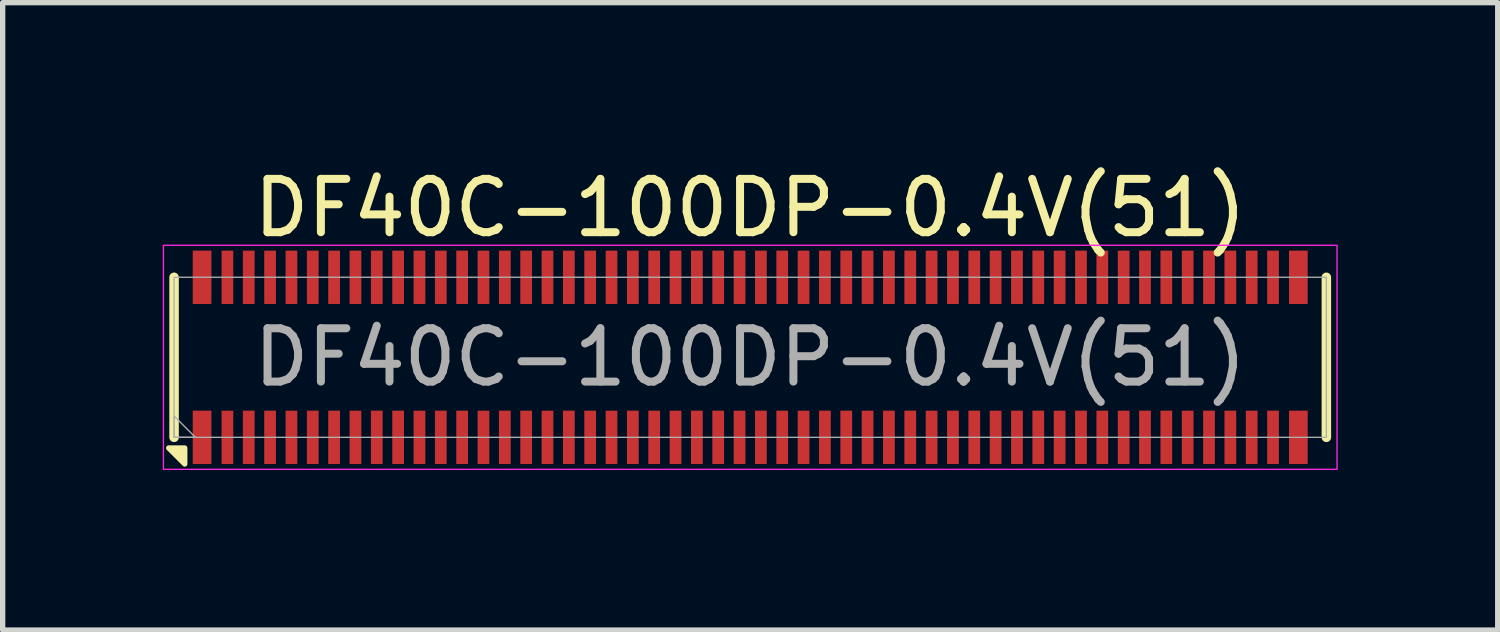
<source format=kicad_pcb>
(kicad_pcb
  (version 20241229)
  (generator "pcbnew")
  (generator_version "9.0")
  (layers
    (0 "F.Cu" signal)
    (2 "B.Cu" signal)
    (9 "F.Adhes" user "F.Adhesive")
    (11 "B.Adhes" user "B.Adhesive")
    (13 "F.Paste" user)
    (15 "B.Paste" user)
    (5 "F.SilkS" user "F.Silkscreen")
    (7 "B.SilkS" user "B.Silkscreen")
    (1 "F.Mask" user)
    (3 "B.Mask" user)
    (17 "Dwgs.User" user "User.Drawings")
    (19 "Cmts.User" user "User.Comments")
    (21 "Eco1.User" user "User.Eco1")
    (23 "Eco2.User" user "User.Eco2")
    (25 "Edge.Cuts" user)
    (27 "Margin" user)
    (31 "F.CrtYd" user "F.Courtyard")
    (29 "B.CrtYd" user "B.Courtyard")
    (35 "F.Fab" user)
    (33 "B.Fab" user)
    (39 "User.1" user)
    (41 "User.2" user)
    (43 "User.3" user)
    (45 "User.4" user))
  (footprint "DF40C-100DP-0.4V(51)"
    (layer "F.Cu")
    (at 11.013 3.648)
    (property "Reference" "DF40C-100DP-0.4V(51)" (at 0 -2.8 0) (unlocked yes) (layer "F.SilkS") (effects (font (size 1 1) (thickness 0.15))))
    (attr smd)
    (fp_line (start -10.8 1.5) (end -10.8 -1.5) (stroke (width 0.178) (type solid)) (layer "F.SilkS"))
    (fp_line (start 10.8 1.5) (end 10.8 -1.5) (stroke (width 0.178) (type solid)) (layer "F.SilkS"))
    (fp_poly (pts (xy -10.9 1.7) (xy -10.6 1.7) (xy -10.6 2)) (stroke (width 0.1) (type solid)) (fill yes) (layer "F.SilkS"))
    (fp_rect (start -11 2.1) (end 11 -2.1) (stroke (width 0.025) (type solid)) (fill no) (layer "F.CrtYd"))
    (fp_rect (start -10.8 -1.5) (end 10.8 1.5) (stroke (width 0.025) (type solid)) (fill no) (layer "F.Fab"))
    (fp_poly (pts (xy -10.8 1.1) (xy -10.8 1.5) (xy -10.4 1.5)) (stroke (width 0.025) (type solid)) (fill no) (layer "F.Fab"))
    (fp_text user "${REFERENCE}" (at 0 0 0) (unlocked yes) (layer "F.Fab") (effects (font (size 1 1) (thickness 0.15))))
    (pad "1" smd rect (at -9.8 1.5) (size 0.22 1) (layers "F.Cu" "F.Mask" "F.Paste"))
    (pad "2" smd rect (at -9.8 -1.5) (size 0.22 1) (layers "F.Cu" "F.Mask" "F.Paste"))
    (pad "3" smd rect (at -9.4 1.5) (size 0.22 1) (layers "F.Cu" "F.Mask" "F.Paste"))
    (pad "4" smd rect (at -9.4 -1.5) (size 0.22 1) (layers "F.Cu" "F.Mask" "F.Paste"))
    (pad "5" smd rect (at -9 1.5) (size 0.22 1) (layers "F.Cu" "F.Mask" "F.Paste"))
    (pad "6" smd rect (at -9 -1.5) (size 0.22 1) (layers "F.Cu" "F.Mask" "F.Paste"))
    (pad "7" smd rect (at -8.6 1.5) (size 0.22 1) (layers "F.Cu" "F.Mask" "F.Paste"))
    (pad "8" smd rect (at -8.6 -1.5) (size 0.22 1) (layers "F.Cu" "F.Mask" "F.Paste"))
    (pad "9" smd rect (at -8.2 1.5) (size 0.22 1) (layers "F.Cu" "F.Mask" "F.Paste"))
    (pad "10" smd rect (at -8.2 -1.5) (size 0.22 1) (layers "F.Cu" "F.Mask" "F.Paste"))
    (pad "11" smd rect (at -7.8 1.5) (size 0.22 1) (layers "F.Cu" "F.Mask" "F.Paste"))
    (pad "12" smd rect (at -7.8 -1.5) (size 0.22 1) (layers "F.Cu" "F.Mask" "F.Paste"))
    (pad "13" smd rect (at -7.4 1.5) (size 0.22 1) (layers "F.Cu" "F.Mask" "F.Paste"))
    (pad "14" smd rect (at -7.4 -1.5) (size 0.22 1) (layers "F.Cu" "F.Mask" "F.Paste"))
    (pad "15" smd rect (at -7 1.5) (size 0.22 1) (layers "F.Cu" "F.Mask" "F.Paste"))
    (pad "16" smd rect (at -7 -1.5) (size 0.22 1) (layers "F.Cu" "F.Mask" "F.Paste"))
    (pad "17" smd rect (at -6.6 1.5) (size 0.22 1) (layers "F.Cu" "F.Mask" "F.Paste"))
    (pad "18" smd rect (at -6.6 -1.5) (size 0.22 1) (layers "F.Cu" "F.Mask" "F.Paste"))
    (pad "19" smd rect (at -6.2 1.5) (size 0.22 1) (layers "F.Cu" "F.Mask" "F.Paste"))
    (pad "20" smd rect (at -6.2 -1.5) (size 0.22 1) (layers "F.Cu" "F.Mask" "F.Paste"))
    (pad "21" smd rect (at -5.8 1.5) (size 0.22 1) (layers "F.Cu" "F.Mask" "F.Paste"))
    (pad "22" smd rect (at -5.8 -1.5) (size 0.22 1) (layers "F.Cu" "F.Mask" "F.Paste"))
    (pad "23" smd rect (at -5.4 1.5) (size 0.22 1) (layers "F.Cu" "F.Mask" "F.Paste"))
    (pad "24" smd rect (at -5.4 -1.5) (size 0.22 1) (layers "F.Cu" "F.Mask" "F.Paste"))
    (pad "25" smd rect (at -5 1.5) (size 0.22 1) (layers "F.Cu" "F.Mask" "F.Paste"))
    (pad "26" smd rect (at -5 -1.5) (size 0.22 1) (layers "F.Cu" "F.Mask" "F.Paste"))
    (pad "27" smd rect (at -4.6 1.5) (size 0.22 1) (layers "F.Cu" "F.Mask" "F.Paste"))
    (pad "28" smd rect (at -4.6 -1.5) (size 0.22 1) (layers "F.Cu" "F.Mask" "F.Paste"))
    (pad "29" smd rect (at -4.2 1.5) (size 0.22 1) (layers "F.Cu" "F.Mask" "F.Paste"))
    (pad "30" smd rect (at -4.2 -1.5) (size 0.22 1) (layers "F.Cu" "F.Mask" "F.Paste"))
    (pad "31" smd rect (at -3.8 1.5) (size 0.22 1) (layers "F.Cu" "F.Mask" "F.Paste"))
    (pad "32" smd rect (at -3.8 -1.5) (size 0.22 1) (layers "F.Cu" "F.Mask" "F.Paste"))
    (pad "33" smd rect (at -3.4 1.5) (size 0.22 1) (layers "F.Cu" "F.Mask" "F.Paste"))
    (pad "34" smd rect (at -3.4 -1.5) (size 0.22 1) (layers "F.Cu" "F.Mask" "F.Paste"))
    (pad "35" smd rect (at -3 1.5) (size 0.22 1) (layers "F.Cu" "F.Mask" "F.Paste"))
    (pad "36" smd rect (at -3 -1.5) (size 0.22 1) (layers "F.Cu" "F.Mask" "F.Paste"))
    (pad "37" smd rect (at -2.6 1.5) (size 0.22 1) (layers "F.Cu" "F.Mask" "F.Paste"))
    (pad "38" smd rect (at -2.6 -1.5) (size 0.22 1) (layers "F.Cu" "F.Mask" "F.Paste"))
    (pad "39" smd rect (at -2.2 1.5) (size 0.22 1) (layers "F.Cu" "F.Mask" "F.Paste"))
    (pad "40" smd rect (at -2.2 -1.5) (size 0.22 1) (layers "F.Cu" "F.Mask" "F.Paste"))
    (pad "41" smd rect (at -1.8 1.5) (size 0.22 1) (layers "F.Cu" "F.Mask" "F.Paste"))
    (pad "42" smd rect (at -1.8 -1.5) (size 0.22 1) (layers "F.Cu" "F.Mask" "F.Paste"))
    (pad "43" smd rect (at -1.4 1.5) (size 0.22 1) (layers "F.Cu" "F.Mask" "F.Paste"))
    (pad "44" smd rect (at -1.4 -1.5) (size 0.22 1) (layers "F.Cu" "F.Mask" "F.Paste"))
    (pad "45" smd rect (at -1 1.5) (size 0.22 1) (layers "F.Cu" "F.Mask" "F.Paste"))
    (pad "46" smd rect (at -1 -1.5) (size 0.22 1) (layers "F.Cu" "F.Mask" "F.Paste"))
    (pad "47" smd rect (at -0.6 1.5) (size 0.22 1) (layers "F.Cu" "F.Mask" "F.Paste"))
    (pad "48" smd rect (at -0.6 -1.5) (size 0.22 1) (layers "F.Cu" "F.Mask" "F.Paste"))
    (pad "49" smd rect (at -0.2 1.5) (size 0.22 1) (layers "F.Cu" "F.Mask" "F.Paste"))
    (pad "50" smd rect (at -0.2 -1.5) (size 0.22 1) (layers "F.Cu" "F.Mask" "F.Paste"))
    (pad "51" smd rect (at 0.2 1.5) (size 0.22 1) (layers "F.Cu" "F.Mask" "F.Paste"))
    (pad "52" smd rect (at 0.2 -1.5) (size 0.22 1) (layers "F.Cu" "F.Mask" "F.Paste"))
    (pad "53" smd rect (at 0.6 1.5) (size 0.22 1) (layers "F.Cu" "F.Mask" "F.Paste"))
    (pad "54" smd rect (at 0.6 -1.5) (size 0.22 1) (layers "F.Cu" "F.Mask" "F.Paste"))
    (pad "55" smd rect (at 1 1.5) (size 0.22 1) (layers "F.Cu" "F.Mask" "F.Paste"))
    (pad "56" smd rect (at 1 -1.5) (size 0.22 1) (layers "F.Cu" "F.Mask" "F.Paste"))
    (pad "57" smd rect (at 1.4 1.5) (size 0.22 1) (layers "F.Cu" "F.Mask" "F.Paste"))
    (pad "58" smd rect (at 1.4 -1.5) (size 0.22 1) (layers "F.Cu" "F.Mask" "F.Paste"))
    (pad "59" smd rect (at 1.8 1.5) (size 0.22 1) (layers "F.Cu" "F.Mask" "F.Paste"))
    (pad "60" smd rect (at 1.8 -1.5) (size 0.22 1) (layers "F.Cu" "F.Mask" "F.Paste"))
    (pad "61" smd rect (at 2.2 1.5) (size 0.22 1) (layers "F.Cu" "F.Mask" "F.Paste"))
    (pad "62" smd rect (at 2.2 -1.5) (size 0.22 1) (layers "F.Cu" "F.Mask" "F.Paste"))
    (pad "63" smd rect (at 2.6 1.5) (size 0.22 1) (layers "F.Cu" "F.Mask" "F.Paste"))
    (pad "64" smd rect (at 2.6 -1.5) (size 0.22 1) (layers "F.Cu" "F.Mask" "F.Paste"))
    (pad "65" smd rect (at 3 1.5) (size 0.22 1) (layers "F.Cu" "F.Mask" "F.Paste"))
    (pad "66" smd rect (at 3 -1.5) (size 0.22 1) (layers "F.Cu" "F.Mask" "F.Paste"))
    (pad "67" smd rect (at 3.4 1.5) (size 0.22 1) (layers "F.Cu" "F.Mask" "F.Paste"))
    (pad "68" smd rect (at 3.4 -1.5) (size 0.22 1) (layers "F.Cu" "F.Mask" "F.Paste"))
    (pad "69" smd rect (at 3.8 1.5) (size 0.22 1) (layers "F.Cu" "F.Mask" "F.Paste"))
    (pad "70" smd rect (at 3.8 -1.5) (size 0.22 1) (layers "F.Cu" "F.Mask" "F.Paste"))
    (pad "71" smd rect (at 4.2 1.5) (size 0.22 1) (layers "F.Cu" "F.Mask" "F.Paste"))
    (pad "72" smd rect (at 4.2 -1.5) (size 0.22 1) (layers "F.Cu" "F.Mask" "F.Paste"))
    (pad "73" smd rect (at 4.6 1.5) (size 0.22 1) (layers "F.Cu" "F.Mask" "F.Paste"))
    (pad "74" smd rect (at 4.6 -1.5) (size 0.22 1) (layers "F.Cu" "F.Mask" "F.Paste"))
    (pad "75" smd rect (at 5 1.5) (size 0.22 1) (layers "F.Cu" "F.Mask" "F.Paste"))
    (pad "76" smd rect (at 5 -1.5) (size 0.22 1) (layers "F.Cu" "F.Mask" "F.Paste"))
    (pad "77" smd rect (at 5.4 1.5) (size 0.22 1) (layers "F.Cu" "F.Mask" "F.Paste"))
    (pad "78" smd rect (at 5.4 -1.5) (size 0.22 1) (layers "F.Cu" "F.Mask" "F.Paste"))
    (pad "79" smd rect (at 5.8 1.5) (size 0.22 1) (layers "F.Cu" "F.Mask" "F.Paste"))
    (pad "80" smd rect (at 5.8 -1.5) (size 0.22 1) (layers "F.Cu" "F.Mask" "F.Paste"))
    (pad "81" smd rect (at 6.2 1.5) (size 0.22 1) (layers "F.Cu" "F.Mask" "F.Paste"))
    (pad "82" smd rect (at 6.2 -1.5) (size 0.22 1) (layers "F.Cu" "F.Mask" "F.Paste"))
    (pad "83" smd rect (at 6.6 1.5) (size 0.22 1) (layers "F.Cu" "F.Mask" "F.Paste"))
    (pad "84" smd rect (at 6.6 -1.5) (size 0.22 1) (layers "F.Cu" "F.Mask" "F.Paste"))
    (pad "85" smd rect (at 7 1.5) (size 0.22 1) (layers "F.Cu" "F.Mask" "F.Paste"))
    (pad "86" smd rect (at 7 -1.5) (size 0.22 1) (layers "F.Cu" "F.Mask" "F.Paste"))
    (pad "87" smd rect (at 7.4 1.5) (size 0.22 1) (layers "F.Cu" "F.Mask" "F.Paste"))
    (pad "88" smd rect (at 7.4 -1.5) (size 0.22 1) (layers "F.Cu" "F.Mask" "F.Paste"))
    (pad "89" smd rect (at 7.8 1.5) (size 0.22 1) (layers "F.Cu" "F.Mask" "F.Paste"))
    (pad "90" smd rect (at 7.8 -1.5) (size 0.22 1) (layers "F.Cu" "F.Mask" "F.Paste"))
    (pad "91" smd rect (at 8.2 1.5) (size 0.22 1) (layers "F.Cu" "F.Mask" "F.Paste"))
    (pad "92" smd rect (at 8.2 -1.5) (size 0.22 1) (layers "F.Cu" "F.Mask" "F.Paste"))
    (pad "93" smd rect (at 8.6 1.5) (size 0.22 1) (layers "F.Cu" "F.Mask" "F.Paste"))
    (pad "94" smd rect (at 8.6 -1.5) (size 0.22 1) (layers "F.Cu" "F.Mask" "F.Paste"))
    (pad "95" smd rect (at 9 1.5) (size 0.22 1) (layers "F.Cu" "F.Mask" "F.Paste"))
    (pad "96" smd rect (at 9 -1.5) (size 0.22 1) (layers "F.Cu" "F.Mask" "F.Paste"))
    (pad "97" smd rect (at 9.4 1.5) (size 0.22 1) (layers "F.Cu" "F.Mask" "F.Paste"))
    (pad "98" smd rect (at 9.4 -1.5) (size 0.22 1) (layers "F.Cu" "F.Mask" "F.Paste"))
    (pad "99" smd rect (at 9.8 1.5) (size 0.22 1) (layers "F.Cu" "F.Mask" "F.Paste"))
    (pad "100" smd rect (at 9.8 -1.5) (size 0.22 1) (layers "F.Cu" "F.Mask" "F.Paste"))
    (pad "SH" smd rect (at -10.275 -1.5) (size 0.35 1) (layers "F.Cu" "F.Mask" "F.Paste"))
    (pad "SH" smd rect (at -10.275 1.5) (size 0.35 1) (layers "F.Cu" "F.Mask" "F.Paste"))
    (pad "SH" smd rect (at 10.275 -1.5) (size 0.35 1) (layers "F.Cu" "F.Mask" "F.Paste"))
    (pad "SH" smd rect (at 10.275 1.5) (size 0.35 1) (layers "F.Cu" "F.Mask" "F.Paste")))
  (gr_rect
    (start -3 -3)
    (end 25.025 8.761)
    (stroke (width 0.1) (type default))
    (fill no)
    (layer "Edge.Cuts")))
</source>
